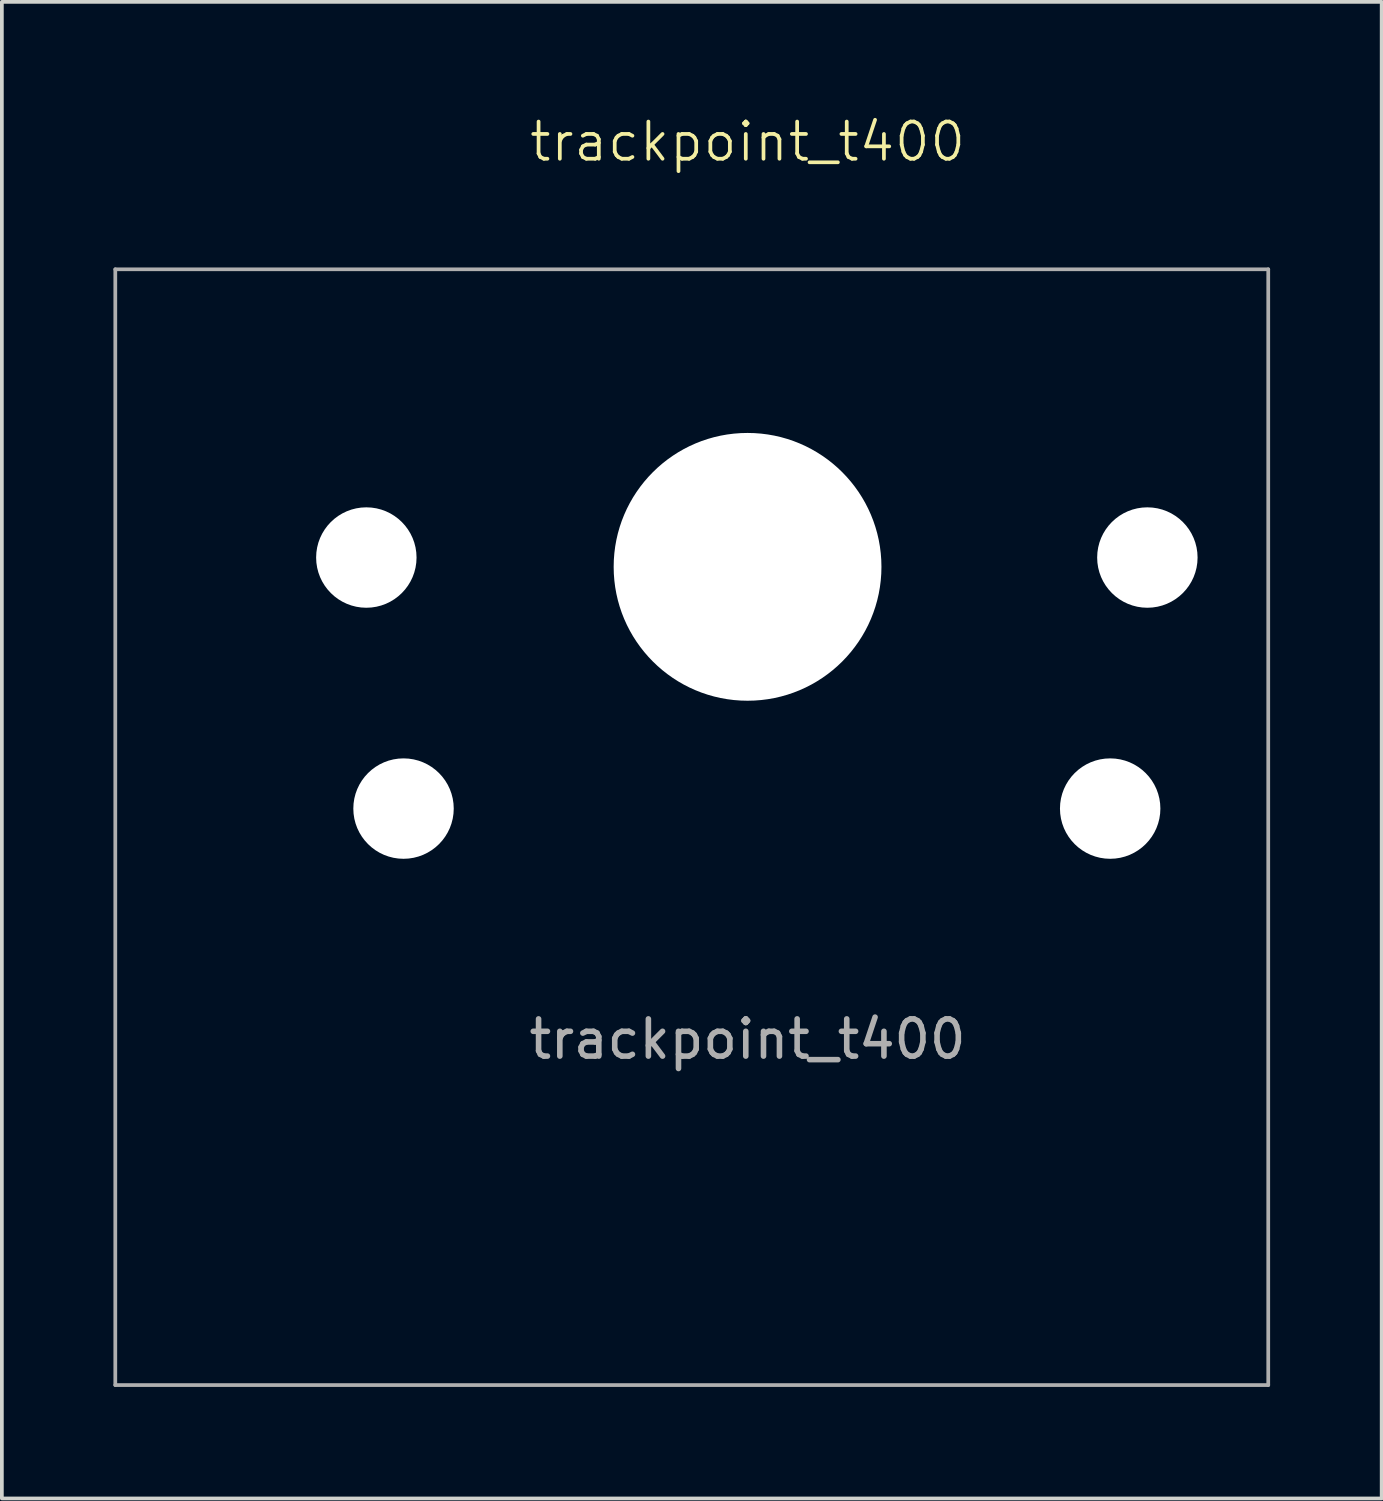
<source format=kicad_pcb>
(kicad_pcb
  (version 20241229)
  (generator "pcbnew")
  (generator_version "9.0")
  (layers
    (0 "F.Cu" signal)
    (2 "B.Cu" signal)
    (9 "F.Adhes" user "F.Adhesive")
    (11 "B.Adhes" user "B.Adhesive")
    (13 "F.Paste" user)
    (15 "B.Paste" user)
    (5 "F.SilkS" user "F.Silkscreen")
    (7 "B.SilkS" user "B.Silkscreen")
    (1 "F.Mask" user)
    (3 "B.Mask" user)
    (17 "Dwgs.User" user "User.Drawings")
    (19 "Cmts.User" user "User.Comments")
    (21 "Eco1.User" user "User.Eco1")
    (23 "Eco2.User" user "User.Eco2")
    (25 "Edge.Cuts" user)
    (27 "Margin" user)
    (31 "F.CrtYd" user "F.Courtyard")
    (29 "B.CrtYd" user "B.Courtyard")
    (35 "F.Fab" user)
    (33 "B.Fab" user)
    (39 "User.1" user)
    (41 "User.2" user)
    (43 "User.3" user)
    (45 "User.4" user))
  (footprint "trackpoint_t400"
    (layer "F.Cu")
    (at 17.05 12.191)
    (property "Reference" "trackpoint_t400" (at 0 -11.43 0) (unlocked yes) (layer "F.SilkS") (effects (font (size 1 1) (thickness 0.1))))
    (attr exclude_from_bom allow_missing_courtyard)
    (fp_line (start -17 -8) (end -17 22) (stroke (width 0.1) (type default)) (layer "F.Fab"))
    (fp_line (start -17 -8) (end 14 -8) (stroke (width 0.1) (type default)) (layer "F.Fab"))
    (fp_line (start -17 22) (end 14 22) (stroke (width 0.1) (type default)) (layer "F.Fab"))
    (fp_line (start 14 -8) (end 14 22) (stroke (width 0.1) (type default)) (layer "F.Fab"))
    (fp_text user "${REFERENCE}" (at 0 12.7 0) (unlocked yes) (layer "F.Fab") (effects (font (size 1 1) (thickness 0.15))))
    (pad "" np_thru_hole circle (at -10.25 -0.25) (size 2.7 2.7) (drill 2.7) (layers "*.Cu" "*.Mask"))
    (pad "" np_thru_hole circle (at -9.25 6.5) (size 2.7 2.7) (drill 2.7) (layers "*.Cu" "*.Mask"))
    (pad "" np_thru_hole circle (at 0 0) (size 7.2 7.2) (drill 7.2) (layers "*.Cu" "*.Mask"))
    (pad "" np_thru_hole circle (at 9.75 6.5) (size 2.7 2.7) (drill 2.7) (layers "*.Cu" "*.Mask"))
    (pad "" np_thru_hole circle (at 10.75 -0.25) (size 2.7 2.7) (drill 2.7) (layers "*.Cu" "*.Mask")))
  (gr_rect
    (start -3 -3)
    (end 34.1 37.24)
    (stroke (width 0.1) (type default))
    (fill no)
    (layer "Edge.Cuts")))
</source>
